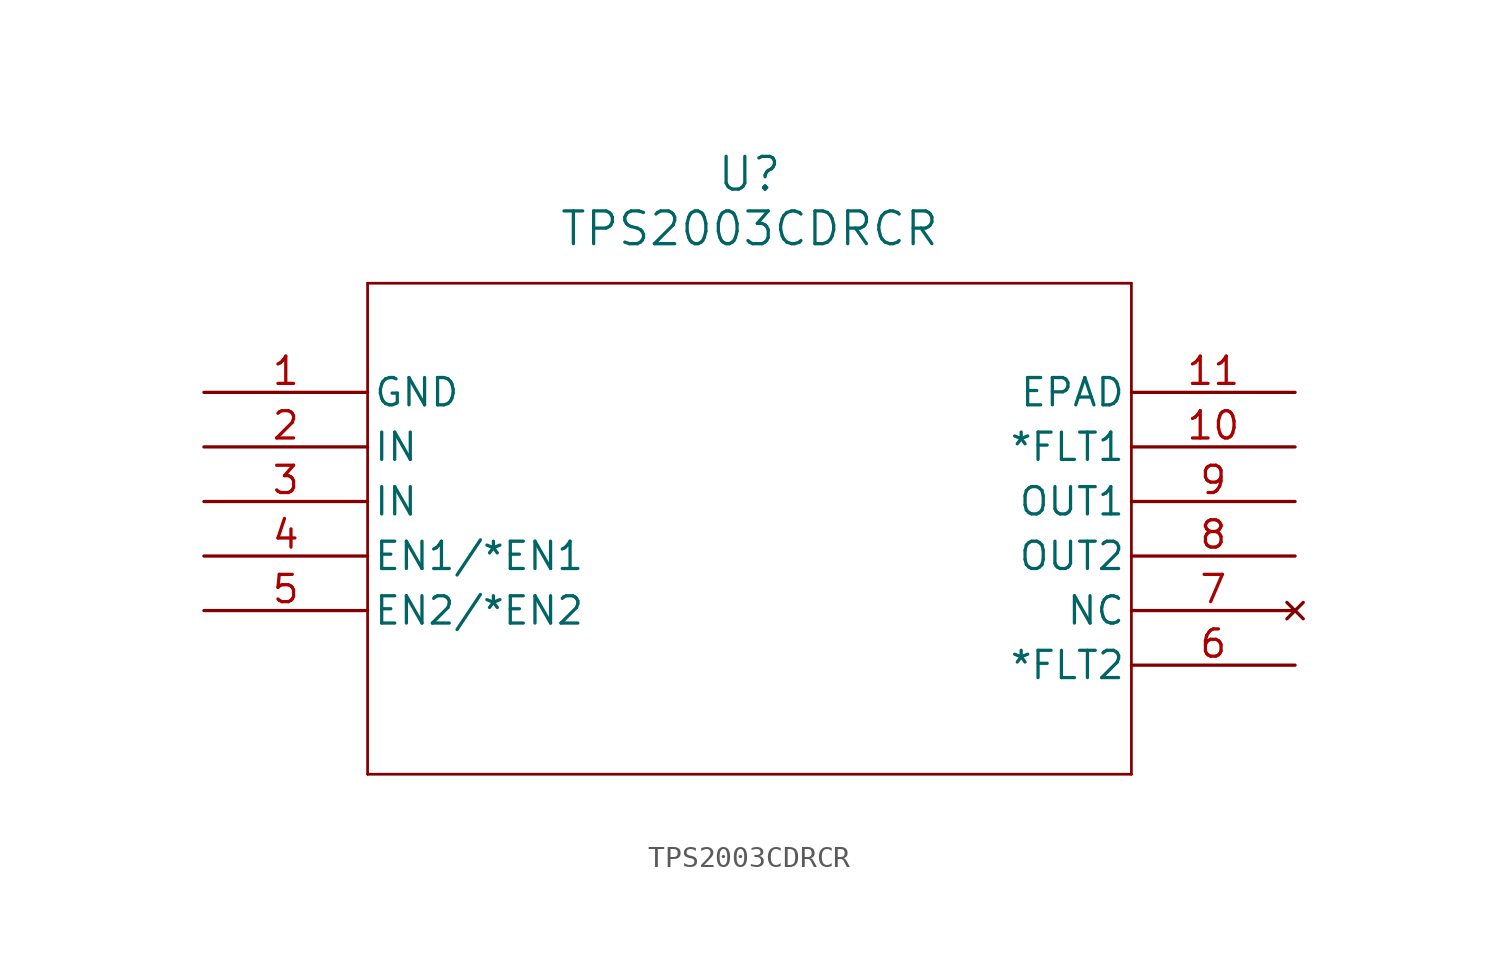
<source format=kicad_sym>
(kicad_symbol_lib
  (version 20211014)
  (generator kicad_symbol_editor)
  (symbol "TPS2003CDRCR"
    (pin_names
      (offset 0.254))
    (property "Reference" "U"
      (at 25.4 10.16 0)
      (effects (font (size 1.524 1.524))))
    (property "Value" "TPS2003CDRCR"
      (at 25.4 7.62 0)
      (effects (font (size 1.524 1.524))))
    (symbol "TPS2003CDRCR_0_1"
      (polyline (pts (xy 7.62 5.08) (xy 7.62 -17.78)) (stroke (width 0.127) (type default) (color 0 0 0 0)) (fill (type none)))
      (polyline (pts (xy 7.62 -17.78) (xy 43.18 -17.78)) (stroke (width 0.127) (type default) (color 0 0 0 0)) (fill (type none)))
      (polyline (pts (xy 43.18 -17.78) (xy 43.18 5.08)) (stroke (width 0.127) (type default) (color 0 0 0 0)) (fill (type none)))
      (polyline (pts (xy 43.18 5.08) (xy 7.62 5.08)) (stroke (width 0.127) (type default) (color 0 0 0 0)) (fill (type none)))
      (pin power_in line (at 0 0 0) (length 7.62) (name "GND" (effects (font (size 1.27 1.27)))) (number "1" (effects (font (size 1.27 1.27)))))
      (pin input line (at 0 -2.54 0) (length 7.62) (name "IN" (effects (font (size 1.27 1.27)))) (number "2" (effects (font (size 1.27 1.27)))))
      (pin input line (at 0 -5.08 0) (length 7.62) (name "IN" (effects (font (size 1.27 1.27)))) (number "3" (effects (font (size 1.27 1.27)))))
      (pin input line (at 0 -7.62 0) (length 7.62) (name "EN1/*EN1" (effects (font (size 1.27 1.27)))) (number "4" (effects (font (size 1.27 1.27)))))
      (pin input line (at 0 -10.16 0) (length 7.62) (name "EN2/*EN2" (effects (font (size 1.27 1.27)))) (number "5" (effects (font (size 1.27 1.27)))))
      (pin output line (at 50.8 -12.7 180) (length 7.62) (name "*FLT2" (effects (font (size 1.27 1.27)))) (number "6" (effects (font (size 1.27 1.27)))))
      (pin no_connect line (at 50.8 -10.16 180) (length 7.62) (name "NC" (effects (font (size 1.27 1.27)))) (number "7" (effects (font (size 1.27 1.27)))))
      (pin output line (at 50.8 -7.62 180) (length 7.62) (name "OUT2" (effects (font (size 1.27 1.27)))) (number "8" (effects (font (size 1.27 1.27)))))
      (pin output line (at 50.8 -5.08 180) (length 7.62) (name "OUT1" (effects (font (size 1.27 1.27)))) (number "9" (effects (font (size 1.27 1.27)))))
      (pin output line (at 50.8 -2.54 180) (length 7.62) (name "*FLT1" (effects (font (size 1.27 1.27)))) (number "10" (effects (font (size 1.27 1.27)))))
      (pin unspecified line (at 50.8 0 180) (length 7.62) (name "EPAD" (effects (font (size 1.27 1.27)))) (number "11" (effects (font (size 1.27 1.27))))))))
</source>
